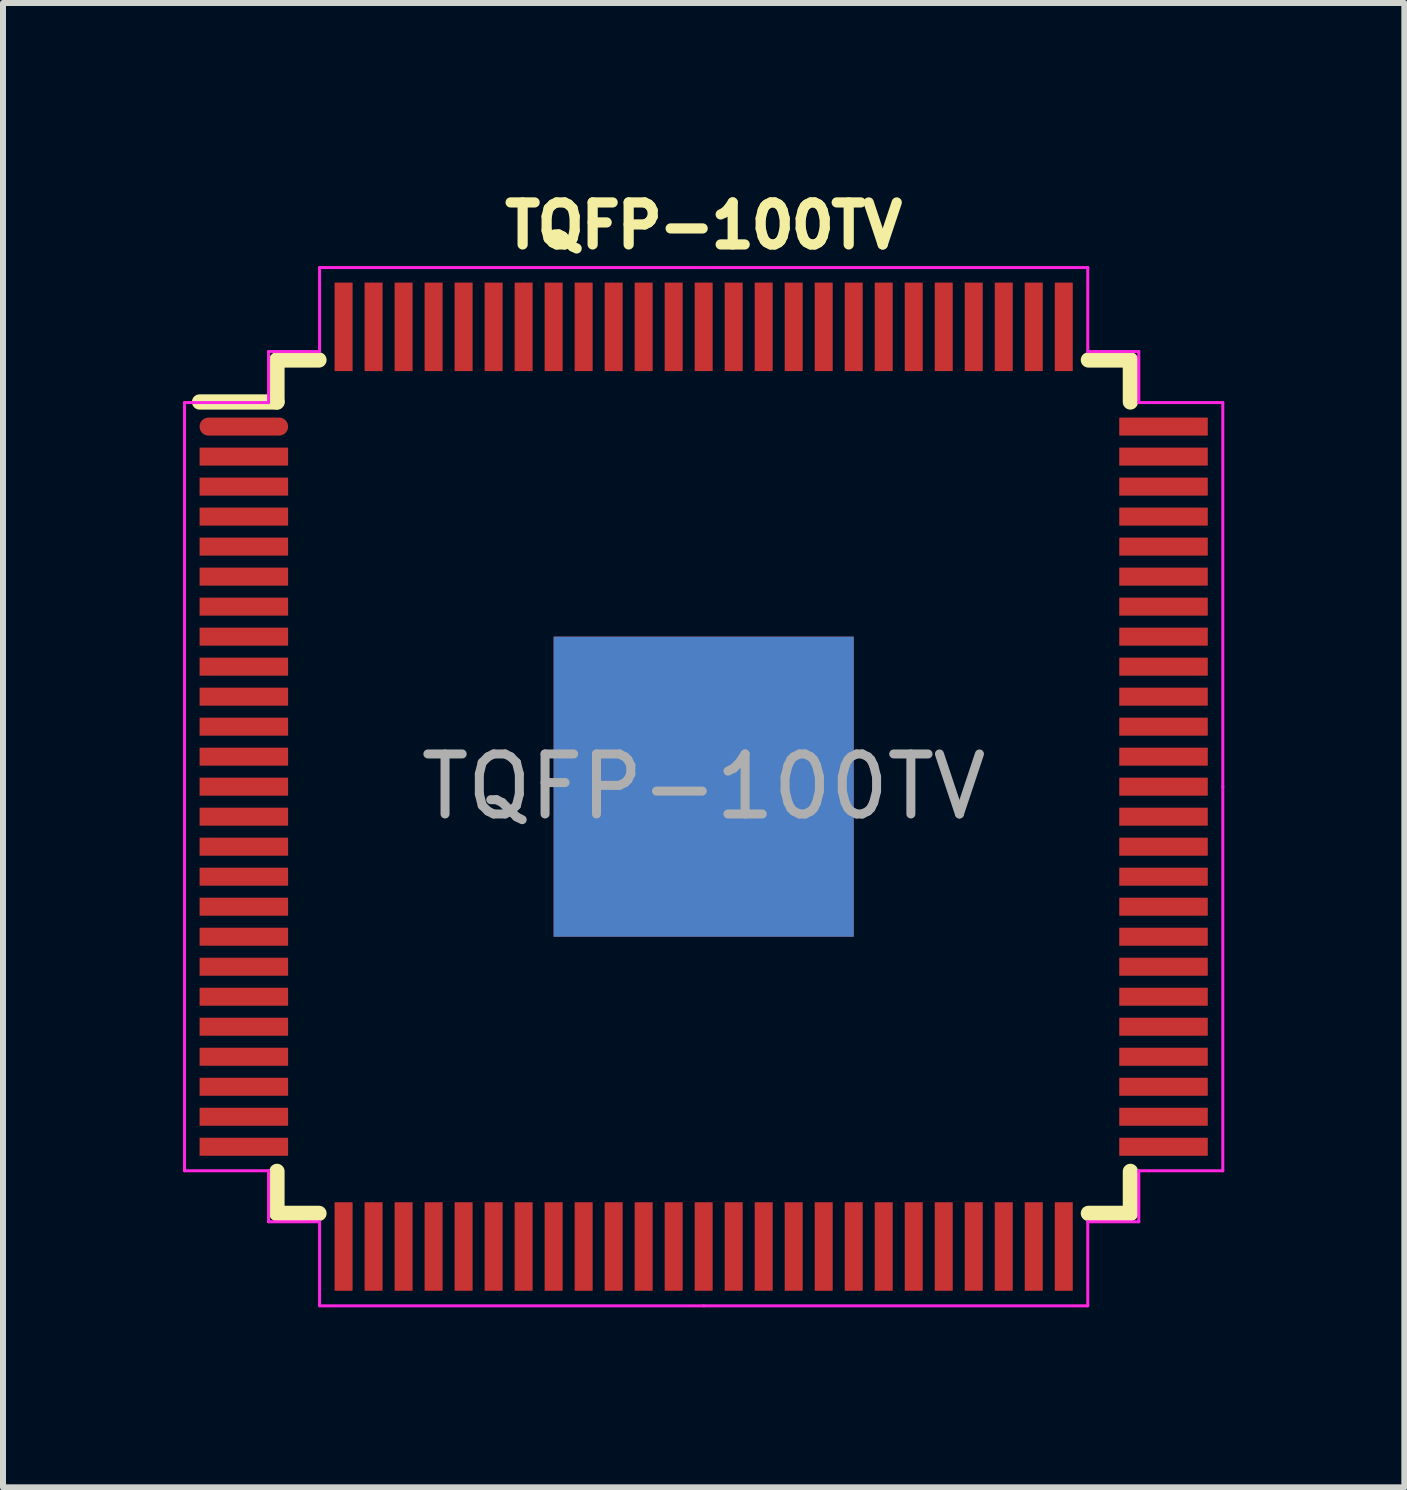
<source format=kicad_pcb>
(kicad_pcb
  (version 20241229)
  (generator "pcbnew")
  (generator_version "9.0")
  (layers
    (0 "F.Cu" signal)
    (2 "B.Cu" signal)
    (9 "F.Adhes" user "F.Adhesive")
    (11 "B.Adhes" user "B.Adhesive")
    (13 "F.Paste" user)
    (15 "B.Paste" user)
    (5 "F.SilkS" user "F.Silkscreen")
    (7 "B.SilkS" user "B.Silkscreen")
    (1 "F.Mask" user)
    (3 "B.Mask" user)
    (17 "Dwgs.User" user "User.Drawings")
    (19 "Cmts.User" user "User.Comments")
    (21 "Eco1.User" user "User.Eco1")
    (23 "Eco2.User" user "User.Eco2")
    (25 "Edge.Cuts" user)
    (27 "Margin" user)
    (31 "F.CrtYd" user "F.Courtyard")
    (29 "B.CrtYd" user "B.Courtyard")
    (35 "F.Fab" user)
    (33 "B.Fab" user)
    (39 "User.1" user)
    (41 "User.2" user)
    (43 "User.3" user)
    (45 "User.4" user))
  (footprint "TQFP-100TV"
    (layer "F.Cu")
    (at 8.675 10.058)
    (property "Reference" "TQFP-100TV" (at 0 -9.35 0) (layer "F.SilkS") (effects (font (size 0.7 0.7) (thickness 0.17))))
    (attr smd)
    (fp_line (start -7.11 -7.11) (end -7.11 -6.41) (stroke (width 0.254) (type solid)) (layer "F.SilkS"))
    (fp_line (start -7.11 -6.41) (end -8.4 -6.41) (stroke (width 0.254) (type solid)) (layer "F.SilkS"))
    (fp_line (start -7.11 7.11) (end -7.11 6.41) (stroke (width 0.254) (type solid)) (layer "F.SilkS"))
    (fp_line (start -6.41 -7.11) (end -7.11 -7.11) (stroke (width 0.254) (type solid)) (layer "F.SilkS"))
    (fp_line (start -6.41 7.11) (end -7.11 7.11) (stroke (width 0.254) (type solid)) (layer "F.SilkS"))
    (fp_line (start 6.41 -7.11) (end 7.11 -7.11) (stroke (width 0.254) (type solid)) (layer "F.SilkS"))
    (fp_line (start 6.41 7.11) (end 7.11 7.11) (stroke (width 0.254) (type solid)) (layer "F.SilkS"))
    (fp_line (start 7.11 -7.11) (end 7.11 -6.41) (stroke (width 0.254) (type solid)) (layer "F.SilkS"))
    (fp_line (start 7.11 7.11) (end 7.11 6.41) (stroke (width 0.254) (type solid)) (layer "F.SilkS"))
    (fp_line (start -0.002 -0.302) (end -0.002 0.298) (stroke (width 0.128) (type solid)) (layer "Eco1.User"))
    (fp_line (start 0.298 -0.002) (end -0.302 -0.002) (stroke (width 0.128) (type solid)) (layer "Eco1.User"))
    (fp_line (start -8.65 -6.4) (end -8.65 0) (stroke (width 0.05) (type solid)) (layer "F.CrtYd"))
    (fp_line (start -8.65 6.4) (end -8.65 0) (stroke (width 0.05) (type solid)) (layer "F.CrtYd"))
    (fp_line (start -7.25 -7.25) (end -7.25 -6.4) (stroke (width 0.05) (type solid)) (layer "F.CrtYd"))
    (fp_line (start -7.25 -6.4) (end -8.65 -6.4) (stroke (width 0.05) (type solid)) (layer "F.CrtYd"))
    (fp_line (start -7.25 6.4) (end -8.65 6.4) (stroke (width 0.05) (type solid)) (layer "F.CrtYd"))
    (fp_line (start -7.25 7.25) (end -7.25 6.4) (stroke (width 0.05) (type solid)) (layer "F.CrtYd"))
    (fp_line (start -6.4 -8.65) (end -6.4 -7.25) (stroke (width 0.05) (type solid)) (layer "F.CrtYd"))
    (fp_line (start -6.4 -7.25) (end -7.25 -7.25) (stroke (width 0.05) (type solid)) (layer "F.CrtYd"))
    (fp_line (start -6.4 7.25) (end -7.25 7.25) (stroke (width 0.05) (type solid)) (layer "F.CrtYd"))
    (fp_line (start -6.4 8.65) (end -6.4 7.25) (stroke (width 0.05) (type solid)) (layer "F.CrtYd"))
    (fp_line (start 0 -8.65) (end -6.4 -8.65) (stroke (width 0.05) (type solid)) (layer "F.CrtYd"))
    (fp_line (start 0 -8.65) (end 6.4 -8.65) (stroke (width 0.05) (type solid)) (layer "F.CrtYd"))
    (fp_line (start 0 8.65) (end -6.4 8.65) (stroke (width 0.05) (type solid)) (layer "F.CrtYd"))
    (fp_line (start 0 8.65) (end 6.4 8.65) (stroke (width 0.05) (type solid)) (layer "F.CrtYd"))
    (fp_line (start 6.4 -8.65) (end 6.4 -7.25) (stroke (width 0.05) (type solid)) (layer "F.CrtYd"))
    (fp_line (start 6.4 -7.25) (end 7.25 -7.25) (stroke (width 0.05) (type solid)) (layer "F.CrtYd"))
    (fp_line (start 6.4 7.25) (end 7.25 7.25) (stroke (width 0.05) (type solid)) (layer "F.CrtYd"))
    (fp_line (start 6.4 8.65) (end 6.4 7.25) (stroke (width 0.05) (type solid)) (layer "F.CrtYd"))
    (fp_line (start 7.25 -7.25) (end 7.25 -6.4) (stroke (width 0.05) (type solid)) (layer "F.CrtYd"))
    (fp_line (start 7.25 -6.4) (end 8.65 -6.4) (stroke (width 0.05) (type solid)) (layer "F.CrtYd"))
    (fp_line (start 7.25 6.4) (end 8.65 6.4) (stroke (width 0.05) (type solid)) (layer "F.CrtYd"))
    (fp_line (start 7.25 7.25) (end 7.25 6.4) (stroke (width 0.05) (type solid)) (layer "F.CrtYd"))
    (fp_line (start 8.65 -6.4) (end 8.65 0) (stroke (width 0.05) (type solid)) (layer "F.CrtYd"))
    (fp_line (start 8.65 6.4) (end 8.65 0) (stroke (width 0.05) (type solid)) (layer "F.CrtYd"))
    (fp_text user "${REFERENCE}" (at 0 0 0) (layer "F.Fab") (effects (font (size 1 1) (thickness 0.15))))
    (pad "" smd custom (at -1.688 -1.688) (size 0.891 0.891) (layers "F.Paste") (options (anchor circle)) (primitives (gr_poly (pts (xy 0.387 -0.29) (xy 0.387 0.29) (xy 0.29 0.387) (xy -0.29 0.387) (xy -0.387 0.29) (xy -0.387 -0.29) (xy -0.29 -0.387) (xy 0.29 -0.387)) (width 0.234) (fill yes))))
    (pad "" smd custom (at -1.688 -0.562) (size 0.891 0.891) (layers "F.Paste") (options (anchor circle)) (primitives (gr_poly (pts (xy 0.387 -0.29) (xy 0.387 0.29) (xy 0.29 0.387) (xy -0.29 0.387) (xy -0.387 0.29) (xy -0.387 -0.29) (xy -0.29 -0.387) (xy 0.29 -0.387)) (width 0.234) (fill yes))))
    (pad "" smd custom (at -1.688 0.562) (size 0.891 0.891) (layers "F.Paste") (options (anchor circle)) (primitives (gr_poly (pts (xy 0.387 -0.29) (xy 0.387 0.29) (xy 0.29 0.387) (xy -0.29 0.387) (xy -0.387 0.29) (xy -0.387 -0.29) (xy -0.29 -0.387) (xy 0.29 -0.387)) (width 0.234) (fill yes))))
    (pad "" smd custom (at -1.688 1.688) (size 0.891 0.891) (layers "F.Paste") (options (anchor circle)) (primitives (gr_poly (pts (xy 0.387 -0.29) (xy 0.387 0.29) (xy 0.29 0.387) (xy -0.29 0.387) (xy -0.387 0.29) (xy -0.387 -0.29) (xy -0.29 -0.387) (xy 0.29 -0.387)) (width 0.234) (fill yes))))
    (pad "" smd custom (at -0.562 -1.688) (size 0.891 0.891) (layers "F.Paste") (options (anchor circle)) (primitives (gr_poly (pts (xy 0.387 -0.29) (xy 0.387 0.29) (xy 0.29 0.387) (xy -0.29 0.387) (xy -0.387 0.29) (xy -0.387 -0.29) (xy -0.29 -0.387) (xy 0.29 -0.387)) (width 0.234) (fill yes))))
    (pad "" smd custom (at -0.562 -0.562) (size 0.891 0.891) (layers "F.Paste") (options (anchor circle)) (primitives (gr_poly (pts (xy 0.387 -0.29) (xy 0.387 0.29) (xy 0.29 0.387) (xy -0.29 0.387) (xy -0.387 0.29) (xy -0.387 -0.29) (xy -0.29 -0.387) (xy 0.29 -0.387)) (width 0.234) (fill yes))))
    (pad "" smd custom (at -0.562 0.562) (size 0.891 0.891) (layers "F.Paste") (options (anchor circle)) (primitives (gr_poly (pts (xy 0.387 -0.29) (xy 0.387 0.29) (xy 0.29 0.387) (xy -0.29 0.387) (xy -0.387 0.29) (xy -0.387 -0.29) (xy -0.29 -0.387) (xy 0.29 -0.387)) (width 0.234) (fill yes))))
    (pad "" smd custom (at -0.562 1.688) (size 0.891 0.891) (layers "F.Paste") (options (anchor circle)) (primitives (gr_poly (pts (xy 0.387 -0.29) (xy 0.387 0.29) (xy 0.29 0.387) (xy -0.29 0.387) (xy -0.387 0.29) (xy -0.387 -0.29) (xy -0.29 -0.387) (xy 0.29 -0.387)) (width 0.234) (fill yes))))
    (pad "" smd custom (at 0.562 -1.688) (size 0.891 0.891) (layers "F.Paste") (options (anchor circle)) (primitives (gr_poly (pts (xy 0.387 -0.29) (xy 0.387 0.29) (xy 0.29 0.387) (xy -0.29 0.387) (xy -0.387 0.29) (xy -0.387 -0.29) (xy -0.29 -0.387) (xy 0.29 -0.387)) (width 0.234) (fill yes))))
    (pad "" smd custom (at 0.562 -0.562) (size 0.891 0.891) (layers "F.Paste") (options (anchor circle)) (primitives (gr_poly (pts (xy 0.387 -0.29) (xy 0.387 0.29) (xy 0.29 0.387) (xy -0.29 0.387) (xy -0.387 0.29) (xy -0.387 -0.29) (xy -0.29 -0.387) (xy 0.29 -0.387)) (width 0.234) (fill yes))))
    (pad "" smd custom (at 0.562 0.562) (size 0.891 0.891) (layers "F.Paste") (options (anchor circle)) (primitives (gr_poly (pts (xy 0.387 -0.29) (xy 0.387 0.29) (xy 0.29 0.387) (xy -0.29 0.387) (xy -0.387 0.29) (xy -0.387 -0.29) (xy -0.29 -0.387) (xy 0.29 -0.387)) (width 0.234) (fill yes))))
    (pad "" smd custom (at 0.562 1.688) (size 0.891 0.891) (layers "F.Paste") (options (anchor circle)) (primitives (gr_poly (pts (xy 0.387 -0.29) (xy 0.387 0.29) (xy 0.29 0.387) (xy -0.29 0.387) (xy -0.387 0.29) (xy -0.387 -0.29) (xy -0.29 -0.387) (xy 0.29 -0.387)) (width 0.234) (fill yes))))
    (pad "" smd custom (at 1.688 -1.688) (size 0.891 0.891) (layers "F.Paste") (options (anchor circle)) (primitives (gr_poly (pts (xy 0.387 -0.29) (xy 0.387 0.29) (xy 0.29 0.387) (xy -0.29 0.387) (xy -0.387 0.29) (xy -0.387 -0.29) (xy -0.29 -0.387) (xy 0.29 -0.387)) (width 0.234) (fill yes))))
    (pad "" smd custom (at 1.688 -0.562) (size 0.891 0.891) (layers "F.Paste") (options (anchor circle)) (primitives (gr_poly (pts (xy 0.387 -0.29) (xy 0.387 0.29) (xy 0.29 0.387) (xy -0.29 0.387) (xy -0.387 0.29) (xy -0.387 -0.29) (xy -0.29 -0.387) (xy 0.29 -0.387)) (width 0.234) (fill yes))))
    (pad "" smd custom (at 1.688 0.562) (size 0.891 0.891) (layers "F.Paste") (options (anchor circle)) (primitives (gr_poly (pts (xy 0.387 -0.29) (xy 0.387 0.29) (xy 0.29 0.387) (xy -0.29 0.387) (xy -0.387 0.29) (xy -0.387 -0.29) (xy -0.29 -0.387) (xy 0.29 -0.387)) (width 0.234) (fill yes))))
    (pad "" smd custom (at 1.688 1.688) (size 0.891 0.891) (layers "F.Paste") (options (anchor circle)) (primitives (gr_poly (pts (xy 0.387 -0.29) (xy 0.387 0.29) (xy 0.29 0.387) (xy -0.29 0.387) (xy -0.387 0.29) (xy -0.387 -0.29) (xy -0.29 -0.387) (xy 0.29 -0.387)) (width 0.234) (fill yes))))
    (pad "1" smd oval (at -7.662 -6) (size 1.475 0.3) (layers "F.Cu" "F.Mask" "F.Paste"))
    (pad "2" smd rect (at -7.662 -5.5) (size 1.475 0.3) (layers "F.Cu" "F.Mask" "F.Paste"))
    (pad "3" smd rect (at -7.662 -5) (size 1.475 0.3) (layers "F.Cu" "F.Mask" "F.Paste"))
    (pad "4" smd rect (at -7.662 -4.5) (size 1.475 0.3) (layers "F.Cu" "F.Mask" "F.Paste"))
    (pad "5" smd rect (at -7.662 -4) (size 1.475 0.3) (layers "F.Cu" "F.Mask" "F.Paste"))
    (pad "6" smd rect (at -7.662 -3.5) (size 1.475 0.3) (layers "F.Cu" "F.Mask" "F.Paste"))
    (pad "7" smd rect (at -7.662 -3) (size 1.475 0.3) (layers "F.Cu" "F.Mask" "F.Paste"))
    (pad "8" smd rect (at -7.662 -2.5) (size 1.475 0.3) (layers "F.Cu" "F.Mask" "F.Paste"))
    (pad "9" smd rect (at -7.662 -2) (size 1.475 0.3) (layers "F.Cu" "F.Mask" "F.Paste"))
    (pad "10" smd rect (at -7.662 -1.5) (size 1.475 0.3) (layers "F.Cu" "F.Mask" "F.Paste"))
    (pad "11" smd rect (at -7.662 -1) (size 1.475 0.3) (layers "F.Cu" "F.Mask" "F.Paste"))
    (pad "12" smd rect (at -7.662 -0.5) (size 1.475 0.3) (layers "F.Cu" "F.Mask" "F.Paste"))
    (pad "13" smd rect (at -7.662 0) (size 1.475 0.3) (layers "F.Cu" "F.Mask" "F.Paste"))
    (pad "14" smd rect (at -7.662 0.5) (size 1.475 0.3) (layers "F.Cu" "F.Mask" "F.Paste"))
    (pad "15" smd rect (at -7.662 1) (size 1.475 0.3) (layers "F.Cu" "F.Mask" "F.Paste"))
    (pad "16" smd rect (at -7.662 1.5) (size 1.475 0.3) (layers "F.Cu" "F.Mask" "F.Paste"))
    (pad "17" smd rect (at -7.662 2) (size 1.475 0.3) (layers "F.Cu" "F.Mask" "F.Paste"))
    (pad "18" smd rect (at -7.662 2.5) (size 1.475 0.3) (layers "F.Cu" "F.Mask" "F.Paste"))
    (pad "19" smd rect (at -7.662 3) (size 1.475 0.3) (layers "F.Cu" "F.Mask" "F.Paste"))
    (pad "20" smd rect (at -7.662 3.5) (size 1.475 0.3) (layers "F.Cu" "F.Mask" "F.Paste"))
    (pad "21" smd rect (at -7.662 4) (size 1.475 0.3) (layers "F.Cu" "F.Mask" "F.Paste"))
    (pad "22" smd rect (at -7.662 4.5) (size 1.475 0.3) (layers "F.Cu" "F.Mask" "F.Paste"))
    (pad "23" smd rect (at -7.662 5) (size 1.475 0.3) (layers "F.Cu" "F.Mask" "F.Paste"))
    (pad "24" smd rect (at -7.662 5.5) (size 1.475 0.3) (layers "F.Cu" "F.Mask" "F.Paste"))
    (pad "25" smd rect (at -7.662 6) (size 1.475 0.3) (layers "F.Cu" "F.Mask" "F.Paste"))
    (pad "26" smd rect (at -6 7.662) (size 0.3 1.475) (layers "F.Cu" "F.Mask" "F.Paste"))
    (pad "27" smd rect (at -5.5 7.662) (size 0.3 1.475) (layers "F.Cu" "F.Mask" "F.Paste"))
    (pad "28" smd rect (at -5 7.662) (size 0.3 1.475) (layers "F.Cu" "F.Mask" "F.Paste"))
    (pad "29" smd rect (at -4.5 7.662) (size 0.3 1.475) (layers "F.Cu" "F.Mask" "F.Paste"))
    (pad "30" smd rect (at -4 7.662) (size 0.3 1.475) (layers "F.Cu" "F.Mask" "F.Paste"))
    (pad "31" smd rect (at -3.5 7.662) (size 0.3 1.475) (layers "F.Cu" "F.Mask" "F.Paste"))
    (pad "32" smd rect (at -3 7.662) (size 0.3 1.475) (layers "F.Cu" "F.Mask" "F.Paste"))
    (pad "33" smd rect (at -2.5 7.662) (size 0.3 1.475) (layers "F.Cu" "F.Mask" "F.Paste"))
    (pad "34" smd rect (at -2 7.662) (size 0.3 1.475) (layers "F.Cu" "F.Mask" "F.Paste"))
    (pad "35" smd rect (at -1.5 7.662) (size 0.3 1.475) (layers "F.Cu" "F.Mask" "F.Paste"))
    (pad "36" smd rect (at -1 7.662) (size 0.3 1.475) (layers "F.Cu" "F.Mask" "F.Paste"))
    (pad "37" smd rect (at -0.5 7.662) (size 0.3 1.475) (layers "F.Cu" "F.Mask" "F.Paste"))
    (pad "38" smd rect (at 0 7.662) (size 0.3 1.475) (layers "F.Cu" "F.Mask" "F.Paste"))
    (pad "39" smd rect (at 0.5 7.662) (size 0.3 1.475) (layers "F.Cu" "F.Mask" "F.Paste"))
    (pad "40" smd rect (at 1 7.662) (size 0.3 1.475) (layers "F.Cu" "F.Mask" "F.Paste"))
    (pad "41" smd rect (at 1.5 7.662) (size 0.3 1.475) (layers "F.Cu" "F.Mask" "F.Paste"))
    (pad "42" smd rect (at 2 7.662) (size 0.3 1.475) (layers "F.Cu" "F.Mask" "F.Paste"))
    (pad "43" smd rect (at 2.5 7.662) (size 0.3 1.475) (layers "F.Cu" "F.Mask" "F.Paste"))
    (pad "44" smd rect (at 3 7.662) (size 0.3 1.475) (layers "F.Cu" "F.Mask" "F.Paste"))
    (pad "45" smd rect (at 3.5 7.662) (size 0.3 1.475) (layers "F.Cu" "F.Mask" "F.Paste"))
    (pad "46" smd rect (at 4 7.662) (size 0.3 1.475) (layers "F.Cu" "F.Mask" "F.Paste"))
    (pad "47" smd rect (at 4.5 7.662) (size 0.3 1.475) (layers "F.Cu" "F.Mask" "F.Paste"))
    (pad "48" smd rect (at 5 7.662) (size 0.3 1.475) (layers "F.Cu" "F.Mask" "F.Paste"))
    (pad "49" smd rect (at 5.5 7.662) (size 0.3 1.475) (layers "F.Cu" "F.Mask" "F.Paste"))
    (pad "50" smd rect (at 6 7.662) (size 0.3 1.475) (layers "F.Cu" "F.Mask" "F.Paste"))
    (pad "51" smd rect (at 7.662 6) (size 1.475 0.3) (layers "F.Cu" "F.Mask" "F.Paste"))
    (pad "52" smd rect (at 7.662 5.5) (size 1.475 0.3) (layers "F.Cu" "F.Mask" "F.Paste"))
    (pad "53" smd rect (at 7.662 5) (size 1.475 0.3) (layers "F.Cu" "F.Mask" "F.Paste"))
    (pad "54" smd rect (at 7.662 4.5) (size 1.475 0.3) (layers "F.Cu" "F.Mask" "F.Paste"))
    (pad "55" smd rect (at 7.662 4) (size 1.475 0.3) (layers "F.Cu" "F.Mask" "F.Paste"))
    (pad "56" smd rect (at 7.662 3.5) (size 1.475 0.3) (layers "F.Cu" "F.Mask" "F.Paste"))
    (pad "57" smd rect (at 7.662 3) (size 1.475 0.3) (layers "F.Cu" "F.Mask" "F.Paste"))
    (pad "58" smd rect (at 7.662 2.5) (size 1.475 0.3) (layers "F.Cu" "F.Mask" "F.Paste"))
    (pad "59" smd rect (at 7.662 2) (size 1.475 0.3) (layers "F.Cu" "F.Mask" "F.Paste"))
    (pad "60" smd rect (at 7.662 1.5) (size 1.475 0.3) (layers "F.Cu" "F.Mask" "F.Paste"))
    (pad "61" smd rect (at 7.662 1) (size 1.475 0.3) (layers "F.Cu" "F.Mask" "F.Paste"))
    (pad "62" smd rect (at 7.662 0.5) (size 1.475 0.3) (layers "F.Cu" "F.Mask" "F.Paste"))
    (pad "63" smd rect (at 7.662 0) (size 1.475 0.3) (layers "F.Cu" "F.Mask" "F.Paste"))
    (pad "64" smd rect (at 7.662 -0.5) (size 1.475 0.3) (layers "F.Cu" "F.Mask" "F.Paste"))
    (pad "65" smd rect (at 7.662 -1) (size 1.475 0.3) (layers "F.Cu" "F.Mask" "F.Paste"))
    (pad "66" smd rect (at 7.662 -1.5) (size 1.475 0.3) (layers "F.Cu" "F.Mask" "F.Paste"))
    (pad "67" smd rect (at 7.662 -2) (size 1.475 0.3) (layers "F.Cu" "F.Mask" "F.Paste"))
    (pad "68" smd rect (at 7.662 -2.5) (size 1.475 0.3) (layers "F.Cu" "F.Mask" "F.Paste"))
    (pad "69" smd rect (at 7.662 -3) (size 1.475 0.3) (layers "F.Cu" "F.Mask" "F.Paste"))
    (pad "70" smd rect (at 7.662 -3.5) (size 1.475 0.3) (layers "F.Cu" "F.Mask" "F.Paste"))
    (pad "71" smd rect (at 7.662 -4) (size 1.475 0.3) (layers "F.Cu" "F.Mask" "F.Paste"))
    (pad "72" smd rect (at 7.662 -4.5) (size 1.475 0.3) (layers "F.Cu" "F.Mask" "F.Paste"))
    (pad "73" smd rect (at 7.662 -5) (size 1.475 0.3) (layers "F.Cu" "F.Mask" "F.Paste"))
    (pad "74" smd rect (at 7.662 -5.5) (size 1.475 0.3) (layers "F.Cu" "F.Mask" "F.Paste"))
    (pad "75" smd rect (at 7.662 -6) (size 1.475 0.3) (layers "F.Cu" "F.Mask" "F.Paste"))
    (pad "76" smd rect (at 6 -7.662) (size 0.3 1.475) (layers "F.Cu" "F.Mask" "F.Paste"))
    (pad "77" smd rect (at 5.5 -7.662) (size 0.3 1.475) (layers "F.Cu" "F.Mask" "F.Paste"))
    (pad "78" smd rect (at 5 -7.662) (size 0.3 1.475) (layers "F.Cu" "F.Mask" "F.Paste"))
    (pad "79" smd rect (at 4.5 -7.662) (size 0.3 1.475) (layers "F.Cu" "F.Mask" "F.Paste"))
    (pad "80" smd rect (at 4 -7.662) (size 0.3 1.475) (layers "F.Cu" "F.Mask" "F.Paste"))
    (pad "81" smd rect (at 3.5 -7.662) (size 0.3 1.475) (layers "F.Cu" "F.Mask" "F.Paste"))
    (pad "82" smd rect (at 3 -7.662) (size 0.3 1.475) (layers "F.Cu" "F.Mask" "F.Paste"))
    (pad "83" smd rect (at 2.5 -7.662) (size 0.3 1.475) (layers "F.Cu" "F.Mask" "F.Paste"))
    (pad "84" smd rect (at 2 -7.662) (size 0.3 1.475) (layers "F.Cu" "F.Mask" "F.Paste"))
    (pad "85" smd rect (at 1.5 -7.662) (size 0.3 1.475) (layers "F.Cu" "F.Mask" "F.Paste"))
    (pad "86" smd rect (at 1 -7.662) (size 0.3 1.475) (layers "F.Cu" "F.Mask" "F.Paste"))
    (pad "87" smd rect (at 0.5 -7.662) (size 0.3 1.475) (layers "F.Cu" "F.Mask" "F.Paste"))
    (pad "88" smd rect (at 0 -7.662) (size 0.3 1.475) (layers "F.Cu" "F.Mask" "F.Paste"))
    (pad "89" smd rect (at -0.5 -7.662) (size 0.3 1.475) (layers "F.Cu" "F.Mask" "F.Paste"))
    (pad "90" smd rect (at -1 -7.662) (size 0.3 1.475) (layers "F.Cu" "F.Mask" "F.Paste"))
    (pad "91" smd rect (at -1.5 -7.662) (size 0.3 1.475) (layers "F.Cu" "F.Mask" "F.Paste"))
    (pad "92" smd rect (at -2 -7.662) (size 0.3 1.475) (layers "F.Cu" "F.Mask" "F.Paste"))
    (pad "93" smd rect (at -2.5 -7.662) (size 0.3 1.475) (layers "F.Cu" "F.Mask" "F.Paste"))
    (pad "94" smd rect (at -3 -7.662) (size 0.3 1.475) (layers "F.Cu" "F.Mask" "F.Paste"))
    (pad "95" smd rect (at -3.5 -7.662) (size 0.3 1.475) (layers "F.Cu" "F.Mask" "F.Paste"))
    (pad "96" smd rect (at -4 -7.662) (size 0.3 1.475) (layers "F.Cu" "F.Mask" "F.Paste"))
    (pad "97" smd rect (at -4.5 -7.662) (size 0.3 1.475) (layers "F.Cu" "F.Mask" "F.Paste"))
    (pad "98" smd rect (at -5 -7.662) (size 0.3 1.475) (layers "F.Cu" "F.Mask" "F.Paste"))
    (pad "99" smd rect (at -5.5 -7.662) (size 0.3 1.475) (layers "F.Cu" "F.Mask" "F.Paste"))
    (pad "100" smd rect (at -6 -7.662) (size 0.3 1.475) (layers "F.Cu" "F.Mask" "F.Paste"))
    (pad "101" smd rect (at 0 0) (size 5 5) (layers "F.Cu" "F.Mask"))
    (pad "101" smd rect (at 0 0) (size 5 5) (layers "B.Cu")))
  (gr_rect
    (start -3 -3)
    (end 20.35 21.733)
    (stroke (width 0.1) (type default))
    (fill no)
    (layer "Edge.Cuts")))
</source>
